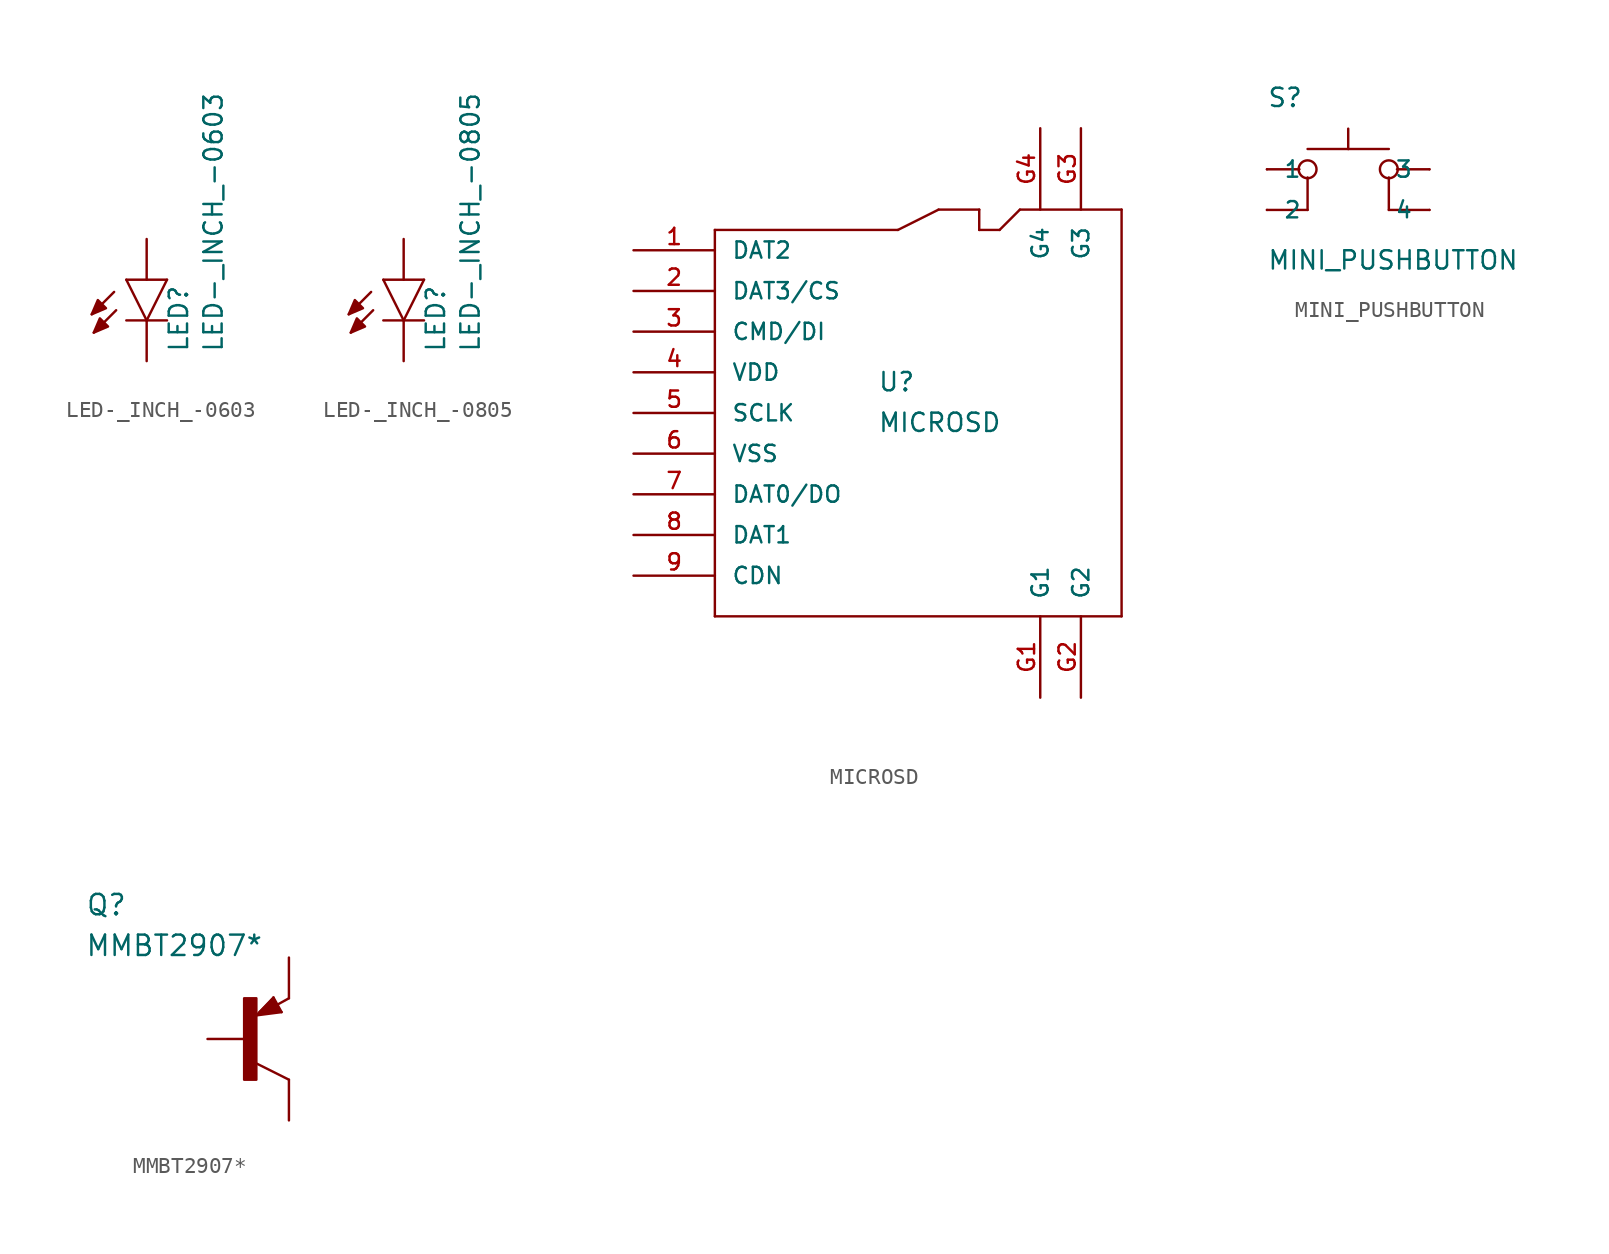
<source format=kicad_sym>
(kicad_symbol_lib
  (version 20211014)
  (generator kicad_symbol_editor)
  (symbol "LED-_INCH_-0603"
    (pin_numbers hide)
    (pin_names
      (offset 1.016) hide)
    (property "Reference" "LED"
      (at 2.667 -4.572 90)
      (effects (font (size 1.143 1.143)) (justify left bottom)))
    (property "Value" "LED-_INCH_-0603"
      (at 4.826 -4.572 90)
      (effects (font (size 1.143 1.143)) (justify left bottom)))
    (property "ki_locked" ""
      (at 0 0 0)
      (effects (font (size 1.27 1.27))))
    (symbol "LED-_INCH_-0603_1_0"
      (polyline (pts (xy -2.032 -0.762) (xy -3.429 -2.159)) (stroke (width 0) (type default) (color 0 0 0 0)) (fill (type none)))
      (polyline (pts (xy -1.905 -1.905) (xy -3.302 -3.302)) (stroke (width 0) (type default) (color 0 0 0 0)) (fill (type none)))
      (polyline (pts (xy 0 -2.54) (xy -1.27 -2.54)) (stroke (width 0) (type default) (color 0 0 0 0)) (fill (type none)))
      (polyline (pts (xy 0 -2.54) (xy -1.27 0)) (stroke (width 0) (type default) (color 0 0 0 0)) (fill (type none)))
      (polyline (pts (xy 1.27 -2.54) (xy 0 -2.54)) (stroke (width 0) (type default) (color 0 0 0 0)) (fill (type none)))
      (polyline (pts (xy 1.27 0) (xy -1.27 0)) (stroke (width 0) (type default) (color 0 0 0 0)) (fill (type none)))
      (polyline (pts (xy 1.27 0) (xy 0 -2.54)) (stroke (width 0) (type default) (color 0 0 0 0)) (fill (type none))))
    (symbol "LED-_INCH_-0603_1_1"
      (polyline (pts (xy -3.429 -2.159) (xy -3.048 -1.27) (xy -3.048 -1.27) (xy -2.54 -1.778) (xy -2.54 -1.778) (xy -3.429 -2.159)) (stroke (width 0) (type default) (color 0 0 0 0)) (fill (type outline)))
      (polyline (pts (xy -3.302 -3.302) (xy -2.921 -2.413) (xy -2.921 -2.413) (xy -2.413 -2.921) (xy -2.413 -2.921) (xy -3.302 -3.302)) (stroke (width 0) (type default) (color 0 0 0 0)) (fill (type outline)))
      (pin passive line (at 0 2.54 270) (length 2.54) (name "A" (effects (font (size 1.016 1.016)))) (number "A" (effects (font (size 1.016 1.016)))))
      (pin passive line (at 0 -5.08 90) (length 2.54) (name "K" (effects (font (size 1.016 1.016)))) (number "K" (effects (font (size 1.016 1.016)))))))
  (symbol "LED-_INCH_-0805"
    (pin_numbers hide)
    (pin_names
      (offset 1.016) hide)
    (property "Reference" "LED"
      (at 2.667 -4.572 90)
      (effects (font (size 1.143 1.143)) (justify left bottom)))
    (property "Value" "LED-_INCH_-0805"
      (at 4.826 -4.572 90)
      (effects (font (size 1.143 1.143)) (justify left bottom)))
    (property "ki_locked" ""
      (at 0 0 0)
      (effects (font (size 1.27 1.27))))
    (symbol "LED-_INCH_-0805_1_0"
      (polyline (pts (xy -2.032 -0.762) (xy -3.429 -2.159)) (stroke (width 0) (type default) (color 0 0 0 0)) (fill (type none)))
      (polyline (pts (xy -1.905 -1.905) (xy -3.302 -3.302)) (stroke (width 0) (type default) (color 0 0 0 0)) (fill (type none)))
      (polyline (pts (xy 0 -2.54) (xy -1.27 -2.54)) (stroke (width 0) (type default) (color 0 0 0 0)) (fill (type none)))
      (polyline (pts (xy 0 -2.54) (xy -1.27 0)) (stroke (width 0) (type default) (color 0 0 0 0)) (fill (type none)))
      (polyline (pts (xy 1.27 -2.54) (xy 0 -2.54)) (stroke (width 0) (type default) (color 0 0 0 0)) (fill (type none)))
      (polyline (pts (xy 1.27 0) (xy -1.27 0)) (stroke (width 0) (type default) (color 0 0 0 0)) (fill (type none)))
      (polyline (pts (xy 1.27 0) (xy 0 -2.54)) (stroke (width 0) (type default) (color 0 0 0 0)) (fill (type none))))
    (symbol "LED-_INCH_-0805_1_1"
      (polyline (pts (xy -3.429 -2.159) (xy -3.048 -1.27) (xy -3.048 -1.27) (xy -2.54 -1.778) (xy -2.54 -1.778) (xy -3.429 -2.159)) (stroke (width 0) (type default) (color 0 0 0 0)) (fill (type outline)))
      (polyline (pts (xy -3.302 -3.302) (xy -2.921 -2.413) (xy -2.921 -2.413) (xy -2.413 -2.921) (xy -2.413 -2.921) (xy -3.302 -3.302)) (stroke (width 0) (type default) (color 0 0 0 0)) (fill (type outline)))
      (pin passive line (at 0 2.54 270) (length 2.54) (name "A" (effects (font (size 1.016 1.016)))) (number "A" (effects (font (size 1.016 1.016)))))
      (pin passive line (at 0 -5.08 90) (length 2.54) (name "K" (effects (font (size 1.016 1.016)))) (number "K" (effects (font (size 1.016 1.016)))))))
  (symbol "MICROSD"
    (pin_names
      (offset 1.016))
    (property "Reference" "U"
      (at -2.54 6.35 0)
      (effects (font (size 1.143 1.143)) (justify left bottom)))
    (property "Value" "MICROSD"
      (at -2.54 3.81 0)
      (effects (font (size 1.143 1.143)) (justify left bottom)))
    (property "ki_locked" ""
      (at 0 0 0)
      (effects (font (size 1.27 1.27))))
    (symbol "MICROSD_1_0"
      (polyline (pts (xy -12.7 -7.62) (xy 12.7 -7.62)) (stroke (width 0) (type default) (color 0 0 0 0)) (fill (type none)))
      (polyline (pts (xy -12.7 16.51) (xy -12.7 -7.62)) (stroke (width 0) (type default) (color 0 0 0 0)) (fill (type none)))
      (polyline (pts (xy -1.27 16.51) (xy -12.7 16.51)) (stroke (width 0) (type default) (color 0 0 0 0)) (fill (type none)))
      (polyline (pts (xy 1.27 17.78) (xy -1.27 16.51)) (stroke (width 0) (type default) (color 0 0 0 0)) (fill (type none)))
      (polyline (pts (xy 3.81 16.51) (xy 3.81 17.78)) (stroke (width 0) (type default) (color 0 0 0 0)) (fill (type none)))
      (polyline (pts (xy 3.81 17.78) (xy 1.27 17.78)) (stroke (width 0) (type default) (color 0 0 0 0)) (fill (type none)))
      (polyline (pts (xy 5.08 16.51) (xy 3.81 16.51)) (stroke (width 0) (type default) (color 0 0 0 0)) (fill (type none)))
      (polyline (pts (xy 6.35 17.78) (xy 5.08 16.51)) (stroke (width 0) (type default) (color 0 0 0 0)) (fill (type none)))
      (polyline (pts (xy 12.7 -7.62) (xy 12.7 17.78)) (stroke (width 0) (type default) (color 0 0 0 0)) (fill (type none)))
      (polyline (pts (xy 12.7 17.78) (xy 6.35 17.78)) (stroke (width 0) (type default) (color 0 0 0 0)) (fill (type none))))
    (symbol "MICROSD_1_1"
      (pin bidirectional line (at -17.78 15.24 0) (length 5.08) (name "DAT2" (effects (font (size 1.016 1.016)))) (number "1" (effects (font (size 1.016 1.016)))))
      (pin bidirectional line (at -17.78 12.7 0) (length 5.08) (name "DAT3/CS" (effects (font (size 1.016 1.016)))) (number "2" (effects (font (size 1.016 1.016)))))
      (pin bidirectional line (at -17.78 10.16 0) (length 5.08) (name "CMD/DI" (effects (font (size 1.016 1.016)))) (number "3" (effects (font (size 1.016 1.016)))))
      (pin bidirectional line (at -17.78 7.62 0) (length 5.08) (name "VDD" (effects (font (size 1.016 1.016)))) (number "4" (effects (font (size 1.016 1.016)))))
      (pin bidirectional line (at -17.78 5.08 0) (length 5.08) (name "SCLK" (effects (font (size 1.016 1.016)))) (number "5" (effects (font (size 1.016 1.016)))))
      (pin bidirectional line (at -17.78 2.54 0) (length 5.08) (name "VSS" (effects (font (size 1.016 1.016)))) (number "6" (effects (font (size 1.016 1.016)))))
      (pin bidirectional line (at -17.78 0 0) (length 5.08) (name "DAT0/DO" (effects (font (size 1.016 1.016)))) (number "7" (effects (font (size 1.016 1.016)))))
      (pin bidirectional line (at -17.78 -2.54 0) (length 5.08) (name "DAT1" (effects (font (size 1.016 1.016)))) (number "8" (effects (font (size 1.016 1.016)))))
      (pin bidirectional line (at -17.78 -5.08 0) (length 5.08) (name "CDN" (effects (font (size 1.016 1.016)))) (number "9" (effects (font (size 1.016 1.016)))))
      (pin bidirectional line (at 7.62 -12.7 90) (length 5.08) (name "G1" (effects (font (size 1.016 1.016)))) (number "G1" (effects (font (size 1.016 1.016)))))
      (pin bidirectional line (at 10.16 -12.7 90) (length 5.08) (name "G2" (effects (font (size 1.016 1.016)))) (number "G2" (effects (font (size 1.016 1.016)))))
      (pin bidirectional line (at 10.16 22.86 270) (length 5.08) (name "G3" (effects (font (size 1.016 1.016)))) (number "G3" (effects (font (size 1.016 1.016)))))
      (pin bidirectional line (at 7.62 22.86 270) (length 5.08) (name "G4" (effects (font (size 1.016 1.016)))) (number "G4" (effects (font (size 1.016 1.016)))))))
  (symbol "MINI_PUSHBUTTON"
    (pin_numbers hide)
    (pin_names
      (offset 1.016))
    (property "Reference" "S"
      (at -5.08 3.81 0)
      (effects (font (size 1.143 1.143)) (justify left bottom)))
    (property "Value" "MINI_PUSHBUTTON"
      (at -5.08 -6.35 0)
      (effects (font (size 1.143 1.143)) (justify left bottom)))
    (property "ki_locked" ""
      (at 0 0 0)
      (effects (font (size 1.27 1.27))))
    (symbol "MINI_PUSHBUTTON_1_0"
      (polyline (pts (xy -5.08 -2.54) (xy -2.54 -2.54)) (stroke (width 0) (type default) (color 0 0 0 0)) (fill (type none)))
      (polyline (pts (xy -5.08 0) (xy -3.048 0)) (stroke (width 0) (type default) (color 0 0 0 0)) (fill (type none)))
      (polyline (pts (xy -2.54 -0.508) (xy -2.54 -2.54)) (stroke (width 0) (type default) (color 0 0 0 0)) (fill (type none)))
      (polyline (pts (xy -2.54 1.27) (xy 0 1.27)) (stroke (width 0) (type default) (color 0 0 0 0)) (fill (type none)))
      (polyline (pts (xy 0 1.27) (xy 2.54 1.27)) (stroke (width 0) (type default) (color 0 0 0 0)) (fill (type none)))
      (polyline (pts (xy 0 2.54) (xy 0 1.27)) (stroke (width 0) (type default) (color 0 0 0 0)) (fill (type none)))
      (polyline (pts (xy 2.54 -2.54) (xy 5.08 -2.54)) (stroke (width 0) (type default) (color 0 0 0 0)) (fill (type none)))
      (polyline (pts (xy 2.54 -0.508) (xy 2.54 -2.54)) (stroke (width 0) (type default) (color 0 0 0 0)) (fill (type none)))
      (polyline (pts (xy 3.048 0) (xy 5.08 0)) (stroke (width 0) (type default) (color 0 0 0 0)) (fill (type none))))
    (symbol "MINI_PUSHBUTTON_1_1"
      (circle (center -2.54 0) (radius 0.559) (stroke (width 0) (type default) (color 0 0 0 0)) (fill (type none)))
      (circle (center 2.54 0) (radius 0.559) (stroke (width 0) (type default) (color 0 0 0 0)) (fill (type none)))
      (pin bidirectional line (at -5.08 0 0) (length 0) (name "1" (effects (font (size 1.016 1.016)))) (number "1" (effects (font (size 1.016 1.016)))))
      (pin bidirectional line (at -5.08 -2.54 0) (length 0) (name "2" (effects (font (size 1.016 1.016)))) (number "2" (effects (font (size 1.016 1.016)))))
      (pin bidirectional line (at 5.08 0 180) (length 0) (name "3" (effects (font (size 1.016 1.016)))) (number "3" (effects (font (size 1.016 1.016)))))
      (pin bidirectional line (at 5.08 -2.54 180) (length 0) (name "4" (effects (font (size 1.016 1.016)))) (number "4" (effects (font (size 1.016 1.016)))))))
  (symbol "MMBT2907*"
    (pin_numbers hide)
    (pin_names
      (offset 1.016) hide)
    (property "Reference" "Q"
      (at -10.16 7.62 0)
      (effects (font (size 1.27 1.27)) (justify left bottom)))
    (property "Value" "MMBT2907*"
      (at -10.185 5.08 0)
      (effects (font (size 1.27 1.27)) (justify left bottom)))
    (symbol "MMBT2907*_0_0"
      (rectangle (start -0.254 -2.54) (end 0.508 2.54) (stroke (width 0) (type default) (color 0 0 0 0)) (fill (type outline)))
      (polyline (pts (xy 0.508 1.473) (xy 2.083 1.676)) (stroke (width 0.152) (type default) (color 0 0 0 0)) (fill (type none)))
      (polyline (pts (xy 0.762 1.651) (xy 1.778 1.778)) (stroke (width 0.254) (type default) (color 0 0 0 0)) (fill (type none)))
      (polyline (pts (xy 1.143 1.905) (xy 1.524 1.905)) (stroke (width 0.254) (type default) (color 0 0 0 0)) (fill (type none)))
      (polyline (pts (xy 1.524 2.159) (xy 1.143 1.905)) (stroke (width 0.254) (type default) (color 0 0 0 0)) (fill (type none)))
      (polyline (pts (xy 1.524 2.413) (xy 0.762 1.651)) (stroke (width 0.254) (type default) (color 0 0 0 0)) (fill (type none)))
      (polyline (pts (xy 1.575 2.591) (xy 0.508 1.473)) (stroke (width 0.152) (type default) (color 0 0 0 0)) (fill (type none)))
      (polyline (pts (xy 1.778 1.778) (xy 1.524 2.159)) (stroke (width 0.254) (type default) (color 0 0 0 0)) (fill (type none)))
      (polyline (pts (xy 1.905 1.778) (xy 1.524 2.413)) (stroke (width 0.254) (type default) (color 0 0 0 0)) (fill (type none)))
      (polyline (pts (xy 2.083 1.676) (xy 1.575 2.591)) (stroke (width 0.152) (type default) (color 0 0 0 0)) (fill (type none)))
      (polyline (pts (xy 2.54 -2.54) (xy 0.508 -1.524)) (stroke (width 0.152) (type default) (color 0 0 0 0)) (fill (type none)))
      (polyline (pts (xy 2.54 2.54) (xy 1.803 2.134)) (stroke (width 0.152) (type default) (color 0 0 0 0)) (fill (type none)))
      (pin passive line (at -2.54 0 0) (length 2.54) (name "B" (effects (font (size 1.016 1.016)))) (number "1" (effects (font (size 1.016 1.016)))))
      (pin passive line (at 2.54 5.08 270) (length 2.54) (name "E" (effects (font (size 1.016 1.016)))) (number "2" (effects (font (size 1.016 1.016)))))
      (pin passive line (at 2.54 -5.08 90) (length 2.54) (name "C" (effects (font (size 1.016 1.016)))) (number "3" (effects (font (size 1.016 1.016))))))))
</source>
